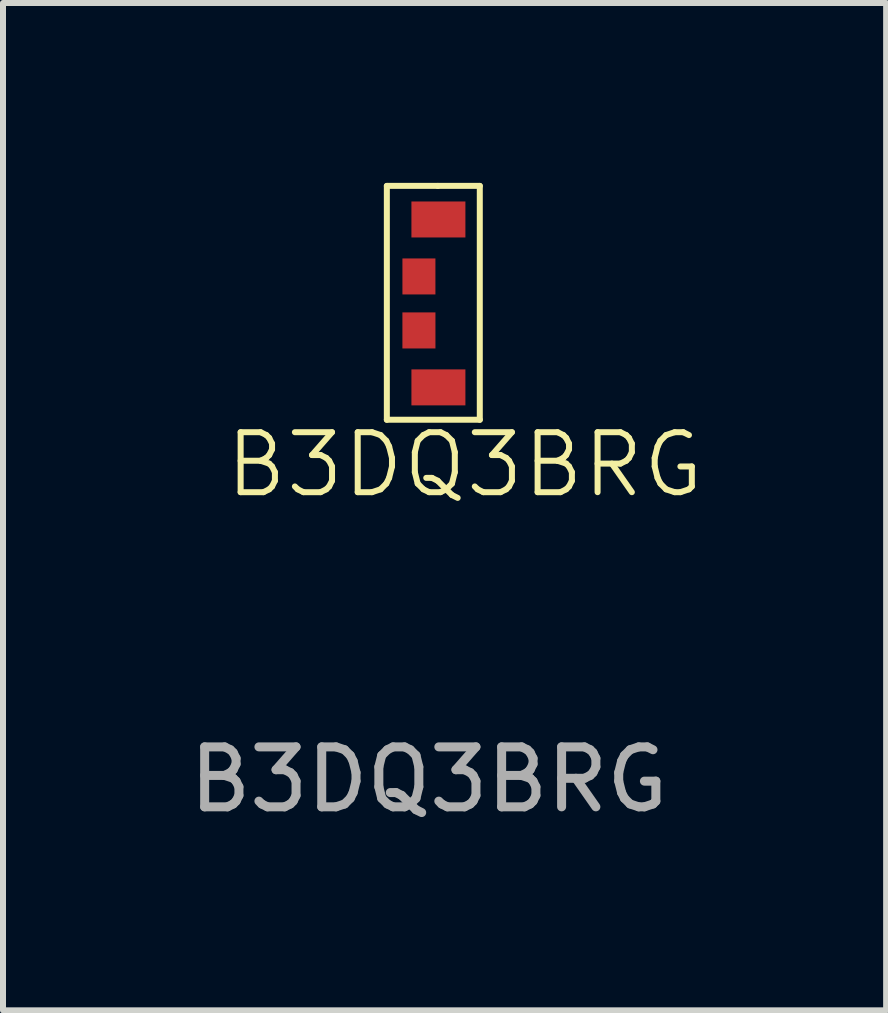
<source format=kicad_pcb>
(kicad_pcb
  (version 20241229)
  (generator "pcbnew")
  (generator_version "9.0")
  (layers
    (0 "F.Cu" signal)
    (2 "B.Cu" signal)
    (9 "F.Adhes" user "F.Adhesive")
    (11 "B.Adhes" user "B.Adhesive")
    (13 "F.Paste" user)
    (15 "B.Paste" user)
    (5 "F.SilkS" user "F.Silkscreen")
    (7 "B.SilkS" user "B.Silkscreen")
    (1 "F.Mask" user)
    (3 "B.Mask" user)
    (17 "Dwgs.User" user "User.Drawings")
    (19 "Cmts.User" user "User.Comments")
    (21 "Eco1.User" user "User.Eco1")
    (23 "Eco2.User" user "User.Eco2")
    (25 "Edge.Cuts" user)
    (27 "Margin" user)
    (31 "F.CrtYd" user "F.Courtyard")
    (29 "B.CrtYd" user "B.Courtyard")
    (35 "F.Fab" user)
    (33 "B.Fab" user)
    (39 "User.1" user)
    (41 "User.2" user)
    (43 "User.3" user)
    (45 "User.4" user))
  (footprint "B3DQ3BRG"
    (layer "F.Cu")
    (at 4.001 2)
    (property "Reference" "B3DQ3BRG" (at 0.7 2.7 0) (unlocked yes) (layer "F.SilkS") (effects (font (size 1 1) (thickness 0.1))))
    (attr smd)
    (fp_line (start -0.6 -1.95) (end -0.6 1.95) (stroke (width 0.1) (type default)) (layer "F.SilkS"))
    (fp_line (start -0.6 1.95) (end 0.95 1.95) (stroke (width 0.1) (type default)) (layer "F.SilkS"))
    (fp_line (start 0.25 -1.95) (end -0.6 -1.95) (stroke (width 0.1) (type default)) (layer "F.SilkS"))
    (fp_line (start 0.95 -1.95) (end 0.25 -1.95) (stroke (width 0.1) (type default)) (layer "F.SilkS"))
    (fp_line (start 0.95 1.95) (end 0.95 -1.95) (stroke (width 0.1) (type default)) (layer "F.SilkS"))
    (fp_text user "${REFERENCE}" (at 0.1 7.95 0) (unlocked yes) (layer "F.Fab") (effects (font (size 1 1) (thickness 0.15))))
    (pad "1" smd custom (at -0.05 0.47) (size 0.433 0.433) (layers "F.Cu" "F.Mask" "F.Paste") (options (anchor circle)) (primitives (gr_poly (pts (xy -0.216 -0.123) (xy -0.208 -0.164) (xy -0.185 -0.199) (xy -0.15 -0.223) (xy -0.108 -0.231) (xy 0.108 -0.231) (xy 0.15 -0.223) (xy 0.185 -0.199) (xy 0.208 -0.164) (xy 0.216 -0.123) (xy 0.216 0.123) (xy 0.208 0.164) (xy 0.185 0.199) (xy 0.15 0.223) (xy 0.108 0.231) (xy -0.108 0.231) (xy -0.15 0.223) (xy -0.185 0.199) (xy -0.208 0.164) (xy -0.216 0.123)) (width 0) (fill yes)) (gr_rect (start -0.29 -0.31) (end 0.26 0.29) (width 0.001) (fill yes)) (gr_line (start 0.26 -0.31) (end 0.26 0.29) (width 0.00001)) (gr_line (start 0.26 0.29) (end -0.29 0.29) (width 0.00001)) (gr_line (start -0.29 -0.31) (end -0.29 0.29) (width 0.00001)) (gr_line (start 0.26 -0.31) (end -0.29 -0.31) (width 0.00001))))
    (pad "2" smd custom (at -0.13 -0.42) (size 0.233 0.233) (layers "F.Cu" "F.Mask" "F.Paste") (options (anchor circle)) (primitives (gr_poly (pts (xy -0.117 -0.108) (xy -0.112 -0.13) (xy -0.099 -0.149) (xy -0.081 -0.162) (xy -0.058 -0.166) (xy 0.058 -0.166) (xy 0.081 -0.162) (xy 0.099 -0.149) (xy 0.112 -0.13) (xy 0.117 -0.108) (xy 0.117 0.108) (xy 0.112 0.13) (xy 0.099 0.149) (xy 0.081 0.162) (xy 0.058 0.166) (xy -0.058 0.166) (xy -0.081 0.162) (xy -0.099 0.149) (xy -0.112 0.13) (xy -0.117 0.108)) (width 0) (fill yes)) (gr_rect (start -0.21 -0.32) (end 0.34 0.28) (width 0.0001) (fill yes)) (gr_line (start 0.34 -0.32) (end -0.21 -0.32) (width 0.00001)) (gr_line (start 0.34 0.28) (end -0.21 0.28) (width 0.00001)) (gr_line (start 0.34 0.28) (end 0.34 -0.32) (width 0.00001)) (gr_line (start -0.21 0.28) (end -0.21 -0.32) (width 0.00001))))
    (pad "3" smd custom (at 0.06 -1.34) (size 0.273 0.273) (layers "F.Cu" "F.Mask" "F.Paste") (options (anchor circle)) (primitives (gr_poly (pts (xy -0.137 -0.073) (xy -0.131 -0.099) (xy -0.117 -0.121) (xy -0.094 -0.136) (xy -0.068 -0.141) (xy 0.068 -0.141) (xy 0.094 -0.136) (xy 0.117 -0.121) (xy 0.131 -0.099) (xy 0.137 -0.073) (xy 0.137 0.073) (xy 0.131 0.099) (xy 0.117 0.121) (xy 0.094 0.136) (xy 0.068 0.141) (xy -0.068 0.141) (xy -0.094 0.136) (xy -0.117 0.121) (xy -0.131 0.099) (xy -0.137 0.073)) (width 0) (fill yes)) (gr_rect (start -0.25 -0.35) (end 0.65 0.25) (width 0.0001) (fill yes)) (gr_line (start 0.2 0.25) (end 0.65 0.25) (width 0.00001)) (gr_line (start 0.2 -0.35) (end 0.65 -0.35) (width 0.00001)) (gr_line (start 0.65 0.25) (end 0.65 -0.35) (width 0.00001)) (gr_line (start -0.25 0.25) (end -0.25 -0.35) (width 0.00001)) (gr_line (start 0.2 -0.35) (end -0.25 -0.35) (width 0.00001)) (gr_line (start 0.2 0.25) (end -0.25 0.25) (width 0.00001))))
    (pad "4" smd custom (at 0.01 1.44) (size 0.233 0.233) (layers "F.Cu" "F.Mask" "F.Paste") (options (anchor circle)) (primitives (gr_poly (pts (xy -0.117 -0.113) (xy -0.112 -0.135) (xy -0.099 -0.154) (xy -0.081 -0.167) (xy -0.058 -0.171) (xy 0.058 -0.171) (xy 0.081 -0.167) (xy 0.099 -0.154) (xy 0.112 -0.135) (xy 0.117 -0.113) (xy 0.117 0.113) (xy 0.112 0.135) (xy 0.099 0.154) (xy 0.081 0.167) (xy 0.058 0.171) (xy -0.058 0.171) (xy -0.081 0.167) (xy -0.099 0.154) (xy -0.112 0.135) (xy -0.117 0.113)) (width 0) (fill yes)) (gr_rect (start -0.2 -0.33) (end 0.7 0.27) (width 0.0001) (fill yes)) (gr_line (start 0.25 -0.33) (end -0.2 -0.33) (width 0.00001)) (gr_line (start 0.25 -0.33) (end 0.7 -0.33) (width 0.00001)) (gr_line (start 0.7 -0.33) (end 0.7 0.27) (width 0.00001)) (gr_line (start 0.25 0.27) (end 0.7 0.27) (width 0.00001)) (gr_line (start 0.25 0.27) (end -0.2 0.27) (width 0.00001)) (gr_line (start -0.2 -0.33) (end -0.2 0.27) (width 0.00001)))))
  (gr_rect
    (start -3 -3)
    (end 11.727 13.798)
    (stroke (width 0.1) (type default))
    (fill no)
    (layer "Edge.Cuts")))
</source>
